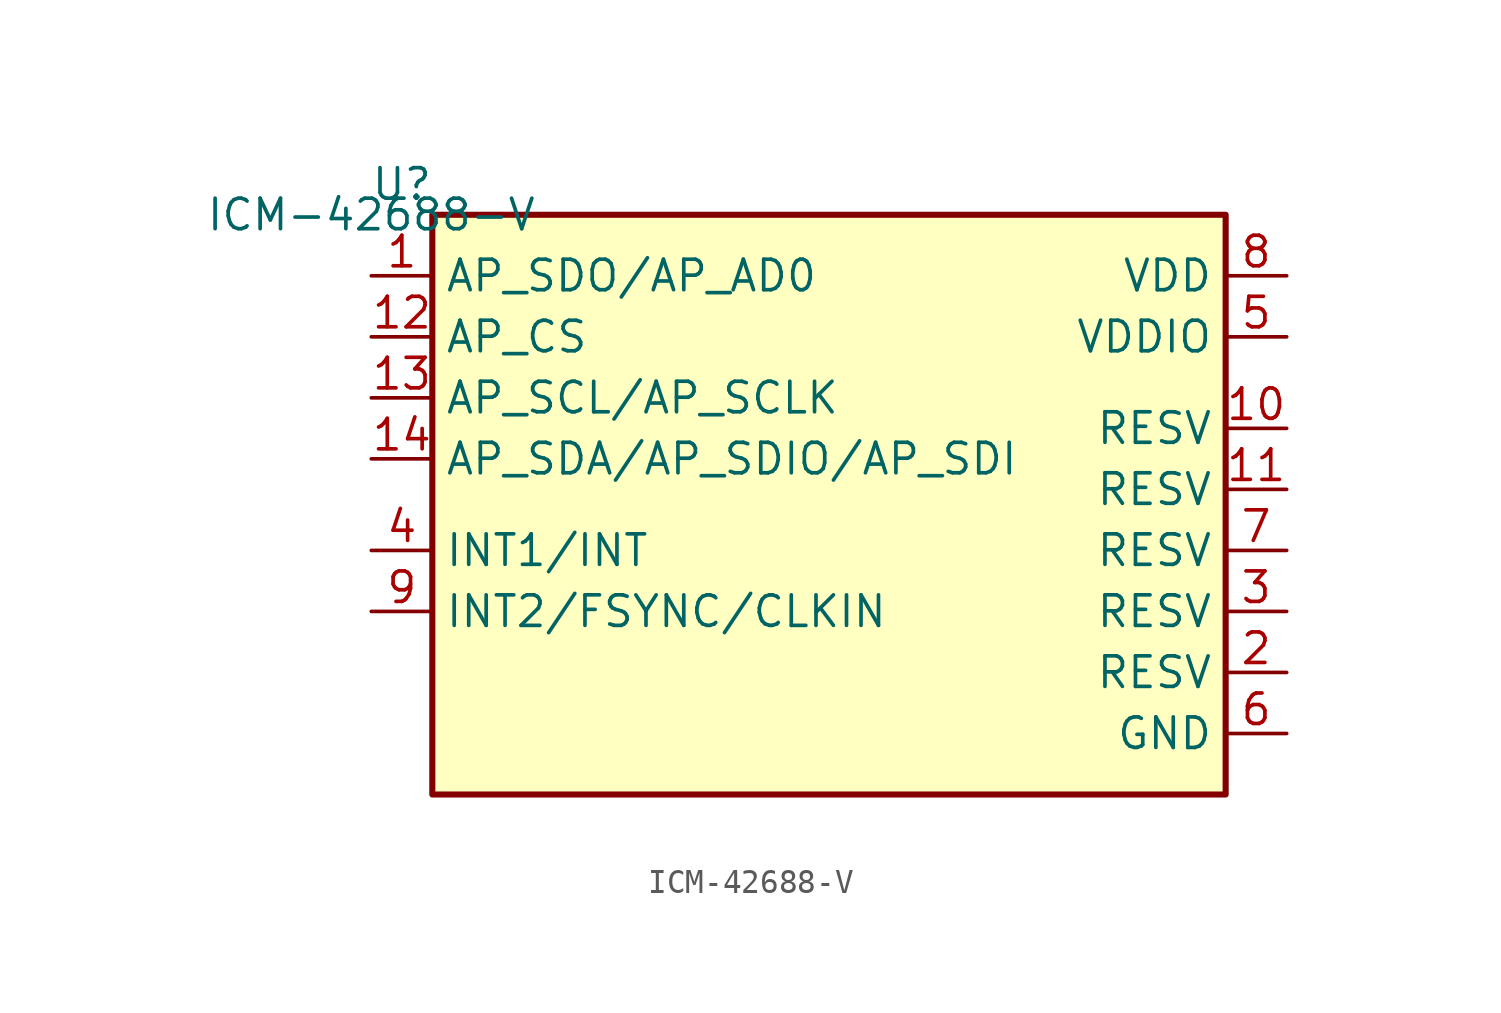
<source format=kicad_sym>
(kicad_symbol_lib
  (version 20220914)
  (generator kicad_symbol_editor)
  (symbol "ICM-42688-V"
    (property "Reference" "U"
      (at -1.27 1.27 0)
      (effects (font (size 1.27 1.27))))
    (property "Value" "ICM-42688-V"
      (at -2.54 0 0)
      (effects (font (size 1.27 1.27))))
    (symbol "ICM-42688-V_0_0"
      (pin bidirectional line (at -2.54 -2.54 0) (length 2.54) (name "AP_SDO/AP_AD0" (effects (font (size 1.27 1.27)))) (number "1" (effects (font (size 1.27 1.27)))))
      (pin passive line (at 35.56 -8.89 180) (length 2.54) (name "RESV" (effects (font (size 1.27 1.27)))) (number "10" (effects (font (size 1.27 1.27)))))
      (pin passive line (at 35.56 -11.43 180) (length 2.54) (name "RESV" (effects (font (size 1.27 1.27)))) (number "11" (effects (font (size 1.27 1.27)))))
      (pin input line (at -2.54 -5.08 0) (length 2.54) (name "AP_CS" (effects (font (size 1.27 1.27)))) (number "12" (effects (font (size 1.27 1.27)))))
      (pin input line (at -2.54 -7.62 0) (length 2.54) (name "AP_SCL/AP_SCLK" (effects (font (size 1.27 1.27)))) (number "13" (effects (font (size 1.27 1.27)))))
      (pin bidirectional line (at -2.54 -10.16 0) (length 2.54) (name "AP_SDA/AP_SDIO/AP_SDI" (effects (font (size 1.27 1.27)))) (number "14" (effects (font (size 1.27 1.27)))))
      (pin passive line (at 35.56 -19.05 180) (length 2.54) (name "RESV" (effects (font (size 1.27 1.27)))) (number "2" (effects (font (size 1.27 1.27)))))
      (pin passive line (at 35.56 -16.51 180) (length 2.54) (name "RESV" (effects (font (size 1.27 1.27)))) (number "3" (effects (font (size 1.27 1.27)))))
      (pin output line (at -2.54 -13.97 0) (length 2.54) (name "INT1/INT" (effects (font (size 1.27 1.27)))) (number "4" (effects (font (size 1.27 1.27)))))
      (pin power_in line (at 35.56 -5.08 180) (length 2.54) (name "VDDIO" (effects (font (size 1.27 1.27)))) (number "5" (effects (font (size 1.27 1.27)))))
      (pin power_in line (at 35.56 -21.59 180) (length 2.54) (name "GND" (effects (font (size 1.27 1.27)))) (number "6" (effects (font (size 1.27 1.27)))))
      (pin passive line (at 35.56 -13.97 180) (length 2.54) (name "RESV" (effects (font (size 1.27 1.27)))) (number "7" (effects (font (size 1.27 1.27)))))
      (pin power_in line (at 35.56 -2.54 180) (length 2.54) (name "VDD" (effects (font (size 1.27 1.27)))) (number "8" (effects (font (size 1.27 1.27)))))
      (pin bidirectional line (at -2.54 -16.51 0) (length 2.54) (name "INT2/FSYNC/CLKIN" (effects (font (size 1.27 1.27)))) (number "9" (effects (font (size 1.27 1.27))))))
    (symbol "ICM-42688-V_0_1"
      (rectangle (start 0 0) (end 33.02 -24.13) (stroke (width 0.254) (type default)) (fill (type background))))))
</source>
